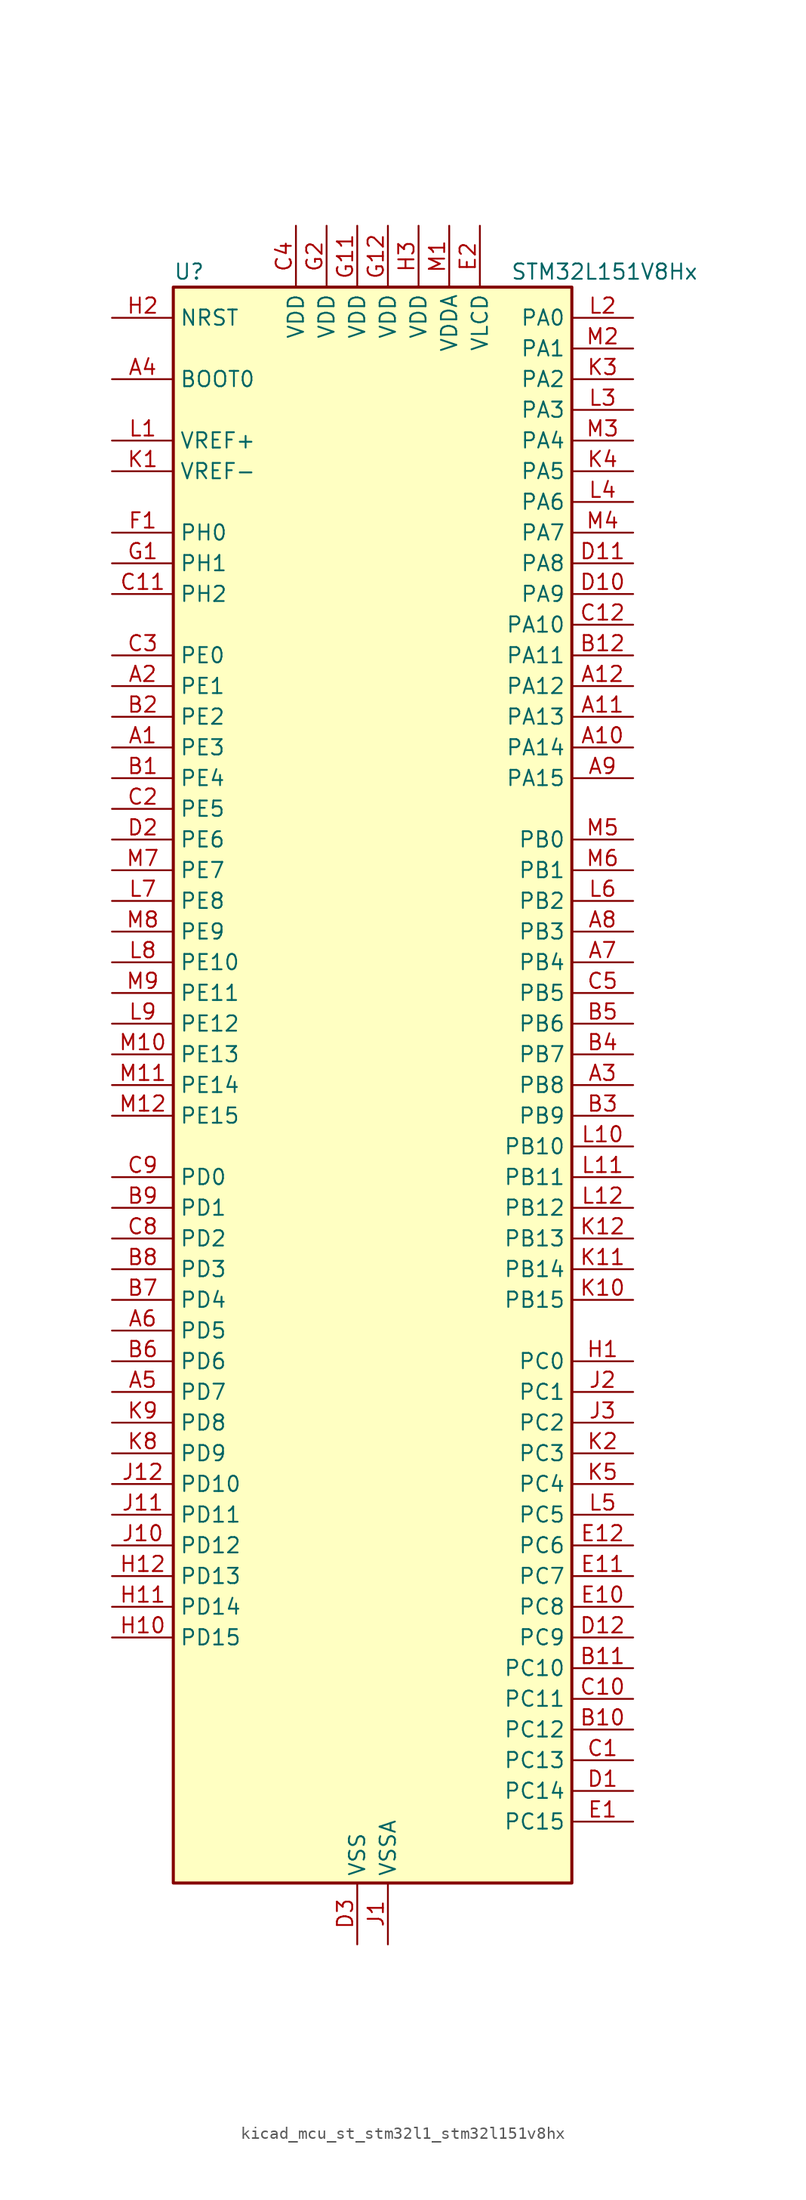
<source format=kicad_sym>
(kicad_symbol_lib
  (version 20220914)
  (generator kicad_symbol_editor)
  (symbol "kicad_mcu_st_stm32l1_stm32l151v8hx"
    (property "Reference" "U"
      (at -15.24 67.31 0)
      (effects (font (size 1.27 1.27)) (justify left)))
    (property "Value" "STM32L151V8Hx"
      (at 12.7 67.31 0)
      (effects (font (size 1.27 1.27)) (justify left)))
    (property "ki_locked" ""
      (at 0 0 0)
      (effects (font (size 1.27 1.27))))
    (symbol "kicad_mcu_st_stm32l1_stm32l151v8hx_0_1"
      (rectangle (start -15.24 -66.04) (end 17.78 66.04) (stroke (width 0.254) (type default)) (fill (type background))))
    (symbol "kicad_mcu_st_stm32l1_stm32l151v8hx_1_1"
      (pin bidirectional line (at -20.32 27.94 0) (length 5.08) (name "PE3" (effects (font (size 1.27 1.27)))) (number "A1" (effects (font (size 1.27 1.27)))) (alternate "SYS_TRACED0" bidirectional line) (alternate "TIM3_CH1" bidirectional line) (alternate "TIMX_IC4" bidirectional line))
      (pin bidirectional line (at 22.86 27.94 180) (length 5.08) (name "PA14" (effects (font (size 1.27 1.27)))) (number "A10" (effects (font (size 1.27 1.27)))) (alternate "SYS_JTCK-SWCLK" bidirectional line) (alternate "TIMX_IC3" bidirectional line) (alternate "TS_G5_IO2" bidirectional line))
      (pin bidirectional line (at 22.86 30.48 180) (length 5.08) (name "PA13" (effects (font (size 1.27 1.27)))) (number "A11" (effects (font (size 1.27 1.27)))) (alternate "SYS_JTMS-SWDIO" bidirectional line) (alternate "TIMX_IC2" bidirectional line) (alternate "TS_G5_IO1" bidirectional line))
      (pin bidirectional line (at 22.86 33.02 180) (length 5.08) (name "PA12" (effects (font (size 1.27 1.27)))) (number "A12" (effects (font (size 1.27 1.27)))) (alternate "SPI1_MOSI" bidirectional line) (alternate "TIMX_IC1" bidirectional line) (alternate "USART1_RTS" bidirectional line) (alternate "USB_DP" bidirectional line))
      (pin bidirectional line (at -20.32 33.02 0) (length 5.08) (name "PE1" (effects (font (size 1.27 1.27)))) (number "A2" (effects (font (size 1.27 1.27)))) (alternate "TIM11_CH1" bidirectional line) (alternate "TIMX_IC2" bidirectional line))
      (pin bidirectional line (at 22.86 0 180) (length 5.08) (name "PB8" (effects (font (size 1.27 1.27)))) (number "A3" (effects (font (size 1.27 1.27)))) (alternate "I2C1_SCL" bidirectional line) (alternate "TIM10_CH1" bidirectional line) (alternate "TIM4_CH3" bidirectional line))
      (pin input line (at -20.32 58.42 0) (length 5.08) (name "BOOT0" (effects (font (size 1.27 1.27)))) (number "A4" (effects (font (size 1.27 1.27)))))
      (pin bidirectional line (at -20.32 -25.4 0) (length 5.08) (name "PD7" (effects (font (size 1.27 1.27)))) (number "A5" (effects (font (size 1.27 1.27)))) (alternate "TIM9_CH2" bidirectional line) (alternate "TIMX_IC4" bidirectional line) (alternate "USART2_CK" bidirectional line))
      (pin bidirectional line (at -20.32 -20.32 0) (length 5.08) (name "PD5" (effects (font (size 1.27 1.27)))) (number "A6" (effects (font (size 1.27 1.27)))) (alternate "TIMX_IC2" bidirectional line) (alternate "USART2_TX" bidirectional line))
      (pin bidirectional line (at 22.86 10.16 180) (length 5.08) (name "PB4" (effects (font (size 1.27 1.27)))) (number "A7" (effects (font (size 1.27 1.27)))) (alternate "COMP2_INP" bidirectional line) (alternate "SPI1_MISO" bidirectional line) (alternate "SYS_JTRST" bidirectional line) (alternate "TIM3_CH1" bidirectional line) (alternate "TS_G6_IO1" bidirectional line))
      (pin bidirectional line (at 22.86 12.7 180) (length 5.08) (name "PB3" (effects (font (size 1.27 1.27)))) (number "A8" (effects (font (size 1.27 1.27)))) (alternate "COMP2_INM" bidirectional line) (alternate "SPI1_SCK" bidirectional line) (alternate "SYS_JTDO-TRACESWO" bidirectional line) (alternate "TIM2_CH2" bidirectional line))
      (pin bidirectional line (at 22.86 25.4 180) (length 5.08) (name "PA15" (effects (font (size 1.27 1.27)))) (number "A9" (effects (font (size 1.27 1.27)))) (alternate "ADC_EXTI15" bidirectional line) (alternate "SPI1_NSS" bidirectional line) (alternate "SYS_JTDI" bidirectional line) (alternate "TIM2_CH1" bidirectional line) (alternate "TIM2_ETR" bidirectional line) (alternate "TIMX_IC4" bidirectional line) (alternate "TS_G5_IO3" bidirectional line))
      (pin bidirectional line (at -20.32 25.4 0) (length 5.08) (name "PE4" (effects (font (size 1.27 1.27)))) (number "B1" (effects (font (size 1.27 1.27)))) (alternate "SYS_TRACED1" bidirectional line) (alternate "TIM3_CH2" bidirectional line) (alternate "TIMX_IC1" bidirectional line))
      (pin bidirectional line (at 22.86 -53.34 180) (length 5.08) (name "PC12" (effects (font (size 1.27 1.27)))) (number "B10" (effects (font (size 1.27 1.27)))) (alternate "TIMX_IC1" bidirectional line) (alternate "USART3_CK" bidirectional line))
      (pin bidirectional line (at 22.86 -48.26 180) (length 5.08) (name "PC10" (effects (font (size 1.27 1.27)))) (number "B11" (effects (font (size 1.27 1.27)))) (alternate "TIMX_IC3" bidirectional line) (alternate "USART3_TX" bidirectional line))
      (pin bidirectional line (at 22.86 35.56 180) (length 5.08) (name "PA11" (effects (font (size 1.27 1.27)))) (number "B12" (effects (font (size 1.27 1.27)))) (alternate "ADC_EXTI11" bidirectional line) (alternate "SPI1_MISO" bidirectional line) (alternate "TIMX_IC4" bidirectional line) (alternate "USART1_CTS" bidirectional line) (alternate "USB_DM" bidirectional line))
      (pin bidirectional line (at -20.32 30.48 0) (length 5.08) (name "PE2" (effects (font (size 1.27 1.27)))) (number "B2" (effects (font (size 1.27 1.27)))) (alternate "SYS_TRACECK" bidirectional line) (alternate "TIM3_ETR" bidirectional line) (alternate "TIMX_IC3" bidirectional line))
      (pin bidirectional line (at 22.86 -2.54 180) (length 5.08) (name "PB9" (effects (font (size 1.27 1.27)))) (number "B3" (effects (font (size 1.27 1.27)))) (alternate "DAC_EXTI9" bidirectional line) (alternate "I2C1_SDA" bidirectional line) (alternate "TIM11_CH1" bidirectional line) (alternate "TIM4_CH4" bidirectional line))
      (pin bidirectional line (at 22.86 2.54 180) (length 5.08) (name "PB7" (effects (font (size 1.27 1.27)))) (number "B4" (effects (font (size 1.27 1.27)))) (alternate "I2C1_SDA" bidirectional line) (alternate "SYS_PVD_IN" bidirectional line) (alternate "TIM4_CH2" bidirectional line) (alternate "USART1_RX" bidirectional line))
      (pin bidirectional line (at 22.86 5.08 180) (length 5.08) (name "PB6" (effects (font (size 1.27 1.27)))) (number "B5" (effects (font (size 1.27 1.27)))) (alternate "I2C1_SCL" bidirectional line) (alternate "TIM4_CH1" bidirectional line) (alternate "USART1_TX" bidirectional line))
      (pin bidirectional line (at -20.32 -22.86 0) (length 5.08) (name "PD6" (effects (font (size 1.27 1.27)))) (number "B6" (effects (font (size 1.27 1.27)))) (alternate "TIMX_IC3" bidirectional line) (alternate "USART2_RX" bidirectional line))
      (pin bidirectional line (at -20.32 -17.78 0) (length 5.08) (name "PD4" (effects (font (size 1.27 1.27)))) (number "B7" (effects (font (size 1.27 1.27)))) (alternate "SPI2_MOSI" bidirectional line) (alternate "TIMX_IC1" bidirectional line) (alternate "USART2_RTS" bidirectional line))
      (pin bidirectional line (at -20.32 -15.24 0) (length 5.08) (name "PD3" (effects (font (size 1.27 1.27)))) (number "B8" (effects (font (size 1.27 1.27)))) (alternate "SPI2_MISO" bidirectional line) (alternate "TIMX_IC4" bidirectional line) (alternate "USART2_CTS" bidirectional line))
      (pin bidirectional line (at -20.32 -10.16 0) (length 5.08) (name "PD1" (effects (font (size 1.27 1.27)))) (number "B9" (effects (font (size 1.27 1.27)))) (alternate "SPI2_SCK" bidirectional line) (alternate "TIMX_IC2" bidirectional line))
      (pin bidirectional line (at 22.86 -55.88 180) (length 5.08) (name "PC13" (effects (font (size 1.27 1.27)))) (number "C1" (effects (font (size 1.27 1.27)))) (alternate "RTC_OUT_ALARM" bidirectional line) (alternate "RTC_OUT_CALIB" bidirectional line) (alternate "RTC_TAMP1" bidirectional line) (alternate "RTC_TS" bidirectional line) (alternate "SYS_WKUP2" bidirectional line) (alternate "TIMX_IC2" bidirectional line))
      (pin bidirectional line (at 22.86 -50.8 180) (length 5.08) (name "PC11" (effects (font (size 1.27 1.27)))) (number "C10" (effects (font (size 1.27 1.27)))) (alternate "ADC_EXTI11" bidirectional line) (alternate "TIMX_IC4" bidirectional line) (alternate "USART3_RX" bidirectional line))
      (pin bidirectional line (at -20.32 40.64 0) (length 5.08) (name "PH2" (effects (font (size 1.27 1.27)))) (number "C11" (effects (font (size 1.27 1.27)))))
      (pin bidirectional line (at 22.86 38.1 180) (length 5.08) (name "PA10" (effects (font (size 1.27 1.27)))) (number "C12" (effects (font (size 1.27 1.27)))) (alternate "TIMX_IC3" bidirectional line) (alternate "TS_G4_IO3" bidirectional line) (alternate "USART1_RX" bidirectional line))
      (pin bidirectional line (at -20.32 22.86 0) (length 5.08) (name "PE5" (effects (font (size 1.27 1.27)))) (number "C2" (effects (font (size 1.27 1.27)))) (alternate "SYS_TRACED2" bidirectional line) (alternate "TIM9_CH1" bidirectional line) (alternate "TIMX_IC2" bidirectional line))
      (pin bidirectional line (at -20.32 35.56 0) (length 5.08) (name "PE0" (effects (font (size 1.27 1.27)))) (number "C3" (effects (font (size 1.27 1.27)))) (alternate "TIM10_CH1" bidirectional line) (alternate "TIM4_ETR" bidirectional line) (alternate "TIMX_IC1" bidirectional line))
      (pin power_in line (at -5.08 71.12 270) (length 5.08) (name "VDD" (effects (font (size 1.27 1.27)))) (number "C4" (effects (font (size 1.27 1.27)))))
      (pin bidirectional line (at 22.86 7.62 180) (length 5.08) (name "PB5" (effects (font (size 1.27 1.27)))) (number "C5" (effects (font (size 1.27 1.27)))) (alternate "COMP2_INP" bidirectional line) (alternate "I2C1_SMBA" bidirectional line) (alternate "SPI1_MOSI" bidirectional line) (alternate "TIM3_CH2" bidirectional line) (alternate "TS_G6_IO2" bidirectional line))
      (pin bidirectional line (at -20.32 -12.7 0) (length 5.08) (name "PD2" (effects (font (size 1.27 1.27)))) (number "C8" (effects (font (size 1.27 1.27)))) (alternate "TIM3_ETR" bidirectional line) (alternate "TIMX_IC3" bidirectional line))
      (pin bidirectional line (at -20.32 -7.62 0) (length 5.08) (name "PD0" (effects (font (size 1.27 1.27)))) (number "C9" (effects (font (size 1.27 1.27)))) (alternate "SPI2_NSS" bidirectional line) (alternate "TIM9_CH1" bidirectional line) (alternate "TIMX_IC1" bidirectional line))
      (pin bidirectional line (at 22.86 -58.42 180) (length 5.08) (name "PC14" (effects (font (size 1.27 1.27)))) (number "D1" (effects (font (size 1.27 1.27)))) (alternate "RCC_OSC32_IN" bidirectional line) (alternate "TIMX_IC3" bidirectional line))
      (pin bidirectional line (at 22.86 40.64 180) (length 5.08) (name "PA9" (effects (font (size 1.27 1.27)))) (number "D10" (effects (font (size 1.27 1.27)))) (alternate "DAC_EXTI9" bidirectional line) (alternate "TIMX_IC2" bidirectional line) (alternate "TS_G4_IO2" bidirectional line) (alternate "USART1_TX" bidirectional line))
      (pin bidirectional line (at 22.86 43.18 180) (length 5.08) (name "PA8" (effects (font (size 1.27 1.27)))) (number "D11" (effects (font (size 1.27 1.27)))) (alternate "RCC_MCO" bidirectional line) (alternate "TIMX_IC1" bidirectional line) (alternate "TS_G4_IO1" bidirectional line) (alternate "USART1_CK" bidirectional line))
      (pin bidirectional line (at 22.86 -45.72 180) (length 5.08) (name "PC9" (effects (font (size 1.27 1.27)))) (number "D12" (effects (font (size 1.27 1.27)))) (alternate "DAC_EXTI9" bidirectional line) (alternate "TIM3_CH4" bidirectional line) (alternate "TIMX_IC2" bidirectional line) (alternate "TS_G10_IO4" bidirectional line))
      (pin bidirectional line (at -20.32 20.32 0) (length 5.08) (name "PE6" (effects (font (size 1.27 1.27)))) (number "D2" (effects (font (size 1.27 1.27)))) (alternate "SYS_TRACED3" bidirectional line) (alternate "SYS_WKUP3" bidirectional line) (alternate "TIM9_CH2" bidirectional line) (alternate "TIMX_IC3" bidirectional line))
      (pin power_in line (at 0 -71.12 90) (length 5.08) (name "VSS" (effects (font (size 1.27 1.27)))) (number "D3" (effects (font (size 1.27 1.27)))))
      (pin bidirectional line (at 22.86 -60.96 180) (length 5.08) (name "PC15" (effects (font (size 1.27 1.27)))) (number "E1" (effects (font (size 1.27 1.27)))) (alternate "ADC_EXTI15" bidirectional line) (alternate "RCC_OSC32_OUT" bidirectional line) (alternate "TIMX_IC4" bidirectional line))
      (pin bidirectional line (at 22.86 -43.18 180) (length 5.08) (name "PC8" (effects (font (size 1.27 1.27)))) (number "E10" (effects (font (size 1.27 1.27)))) (alternate "TIM3_CH3" bidirectional line) (alternate "TIMX_IC1" bidirectional line) (alternate "TS_G10_IO3" bidirectional line))
      (pin bidirectional line (at 22.86 -40.64 180) (length 5.08) (name "PC7" (effects (font (size 1.27 1.27)))) (number "E11" (effects (font (size 1.27 1.27)))) (alternate "TIM3_CH2" bidirectional line) (alternate "TIMX_IC4" bidirectional line) (alternate "TS_G10_IO2" bidirectional line))
      (pin bidirectional line (at 22.86 -38.1 180) (length 5.08) (name "PC6" (effects (font (size 1.27 1.27)))) (number "E12" (effects (font (size 1.27 1.27)))) (alternate "TIM3_CH1" bidirectional line) (alternate "TIMX_IC3" bidirectional line) (alternate "TS_G10_IO1" bidirectional line))
      (pin power_in line (at 10.16 71.12 270) (length 5.08) (name "VLCD" (effects (font (size 1.27 1.27)))) (number "E2" (effects (font (size 1.27 1.27)))))
      (pin passive line (at 0 -71.12 90) (length 5.08) hide (name "VSS" (effects (font (size 1.27 1.27)))) (number "E3" (effects (font (size 1.27 1.27)))))
      (pin bidirectional line (at -20.32 45.72 0) (length 5.08) (name "PH0" (effects (font (size 1.27 1.27)))) (number "F1" (effects (font (size 1.27 1.27)))) (alternate "RCC_OSC_IN" bidirectional line))
      (pin passive line (at 0 -71.12 90) (length 5.08) hide (name "VSS" (effects (font (size 1.27 1.27)))) (number "F11" (effects (font (size 1.27 1.27)))))
      (pin passive line (at 0 -71.12 90) (length 5.08) hide (name "VSS" (effects (font (size 1.27 1.27)))) (number "F12" (effects (font (size 1.27 1.27)))))
      (pin passive line (at 0 -71.12 90) (length 5.08) hide (name "VSS" (effects (font (size 1.27 1.27)))) (number "F2" (effects (font (size 1.27 1.27)))))
      (pin bidirectional line (at -20.32 43.18 0) (length 5.08) (name "PH1" (effects (font (size 1.27 1.27)))) (number "G1" (effects (font (size 1.27 1.27)))) (alternate "RCC_OSC_OUT" bidirectional line))
      (pin power_in line (at 0 71.12 270) (length 5.08) (name "VDD" (effects (font (size 1.27 1.27)))) (number "G11" (effects (font (size 1.27 1.27)))))
      (pin power_in line (at 2.54 71.12 270) (length 5.08) (name "VDD" (effects (font (size 1.27 1.27)))) (number "G12" (effects (font (size 1.27 1.27)))))
      (pin power_in line (at -2.54 71.12 270) (length 5.08) (name "VDD" (effects (font (size 1.27 1.27)))) (number "G2" (effects (font (size 1.27 1.27)))))
      (pin bidirectional line (at 22.86 -22.86 180) (length 5.08) (name "PC0" (effects (font (size 1.27 1.27)))) (number "H1" (effects (font (size 1.27 1.27)))) (alternate "ADC_IN10" bidirectional line) (alternate "COMP1_INP" bidirectional line) (alternate "TIMX_IC1" bidirectional line) (alternate "TS_G8_IO1" bidirectional line))
      (pin bidirectional line (at -20.32 -45.72 0) (length 5.08) (name "PD15" (effects (font (size 1.27 1.27)))) (number "H10" (effects (font (size 1.27 1.27)))) (alternate "ADC_EXTI15" bidirectional line) (alternate "TIM4_CH4" bidirectional line) (alternate "TIMX_IC4" bidirectional line))
      (pin bidirectional line (at -20.32 -43.18 0) (length 5.08) (name "PD14" (effects (font (size 1.27 1.27)))) (number "H11" (effects (font (size 1.27 1.27)))) (alternate "TIM4_CH3" bidirectional line) (alternate "TIMX_IC3" bidirectional line))
      (pin bidirectional line (at -20.32 -40.64 0) (length 5.08) (name "PD13" (effects (font (size 1.27 1.27)))) (number "H12" (effects (font (size 1.27 1.27)))) (alternate "TIM4_CH2" bidirectional line) (alternate "TIMX_IC2" bidirectional line))
      (pin input line (at -20.32 63.5 0) (length 5.08) (name "NRST" (effects (font (size 1.27 1.27)))) (number "H2" (effects (font (size 1.27 1.27)))))
      (pin power_in line (at 5.08 71.12 270) (length 5.08) (name "VDD" (effects (font (size 1.27 1.27)))) (number "H3" (effects (font (size 1.27 1.27)))))
      (pin power_in line (at 2.54 -71.12 90) (length 5.08) (name "VSSA" (effects (font (size 1.27 1.27)))) (number "J1" (effects (font (size 1.27 1.27)))))
      (pin bidirectional line (at -20.32 -38.1 0) (length 5.08) (name "PD12" (effects (font (size 1.27 1.27)))) (number "J10" (effects (font (size 1.27 1.27)))) (alternate "TIM4_CH1" bidirectional line) (alternate "TIMX_IC1" bidirectional line) (alternate "USART3_RTS" bidirectional line))
      (pin bidirectional line (at -20.32 -35.56 0) (length 5.08) (name "PD11" (effects (font (size 1.27 1.27)))) (number "J11" (effects (font (size 1.27 1.27)))) (alternate "ADC_EXTI11" bidirectional line) (alternate "TIMX_IC4" bidirectional line) (alternate "USART3_CTS" bidirectional line))
      (pin bidirectional line (at -20.32 -33.02 0) (length 5.08) (name "PD10" (effects (font (size 1.27 1.27)))) (number "J12" (effects (font (size 1.27 1.27)))) (alternate "TIMX_IC3" bidirectional line) (alternate "USART3_CK" bidirectional line))
      (pin bidirectional line (at 22.86 -25.4 180) (length 5.08) (name "PC1" (effects (font (size 1.27 1.27)))) (number "J2" (effects (font (size 1.27 1.27)))) (alternate "ADC_IN11" bidirectional line) (alternate "COMP1_INP" bidirectional line) (alternate "TIMX_IC2" bidirectional line) (alternate "TS_G8_IO2" bidirectional line))
      (pin bidirectional line (at 22.86 -27.94 180) (length 5.08) (name "PC2" (effects (font (size 1.27 1.27)))) (number "J3" (effects (font (size 1.27 1.27)))) (alternate "ADC_IN12" bidirectional line) (alternate "COMP1_INP" bidirectional line) (alternate "TIMX_IC3" bidirectional line) (alternate "TS_G8_IO3" bidirectional line))
      (pin input line (at -20.32 50.8 0) (length 5.08) (name "VREF-" (effects (font (size 1.27 1.27)))) (number "K1" (effects (font (size 1.27 1.27)))))
      (pin bidirectional line (at 22.86 -17.78 180) (length 5.08) (name "PB15" (effects (font (size 1.27 1.27)))) (number "K10" (effects (font (size 1.27 1.27)))) (alternate "ADC_EXTI15" bidirectional line) (alternate "ADC_IN21" bidirectional line) (alternate "COMP1_INP" bidirectional line) (alternate "RTC_REFIN" bidirectional line) (alternate "SPI2_MOSI" bidirectional line) (alternate "TIM11_CH1" bidirectional line) (alternate "TS_G7_IO4" bidirectional line))
      (pin bidirectional line (at 22.86 -15.24 180) (length 5.08) (name "PB14" (effects (font (size 1.27 1.27)))) (number "K11" (effects (font (size 1.27 1.27)))) (alternate "ADC_IN20" bidirectional line) (alternate "COMP1_INP" bidirectional line) (alternate "SPI2_MISO" bidirectional line) (alternate "TIM9_CH2" bidirectional line) (alternate "TS_G7_IO3" bidirectional line) (alternate "USART3_RTS" bidirectional line))
      (pin bidirectional line (at 22.86 -12.7 180) (length 5.08) (name "PB13" (effects (font (size 1.27 1.27)))) (number "K12" (effects (font (size 1.27 1.27)))) (alternate "ADC_IN19" bidirectional line) (alternate "COMP1_INP" bidirectional line) (alternate "SPI2_SCK" bidirectional line) (alternate "TIM9_CH1" bidirectional line) (alternate "TS_G7_IO2" bidirectional line) (alternate "USART3_CTS" bidirectional line))
      (pin bidirectional line (at 22.86 -30.48 180) (length 5.08) (name "PC3" (effects (font (size 1.27 1.27)))) (number "K2" (effects (font (size 1.27 1.27)))) (alternate "ADC_IN13" bidirectional line) (alternate "COMP1_INP" bidirectional line) (alternate "TIMX_IC4" bidirectional line) (alternate "TS_G8_IO4" bidirectional line))
      (pin bidirectional line (at 22.86 58.42 180) (length 5.08) (name "PA2" (effects (font (size 1.27 1.27)))) (number "K3" (effects (font (size 1.27 1.27)))) (alternate "ADC_IN2" bidirectional line) (alternate "COMP1_INP" bidirectional line) (alternate "TIM2_CH3" bidirectional line) (alternate "TIM9_CH1" bidirectional line) (alternate "TIMX_IC3" bidirectional line) (alternate "TS_G1_IO3" bidirectional line) (alternate "USART2_TX" bidirectional line))
      (pin bidirectional line (at 22.86 50.8 180) (length 5.08) (name "PA5" (effects (font (size 1.27 1.27)))) (number "K4" (effects (font (size 1.27 1.27)))) (alternate "ADC_IN5" bidirectional line) (alternate "COMP1_INP" bidirectional line) (alternate "DAC_OUT2" bidirectional line) (alternate "SPI1_SCK" bidirectional line) (alternate "TIM2_CH1" bidirectional line) (alternate "TIM2_ETR" bidirectional line) (alternate "TIMX_IC2" bidirectional line))
      (pin bidirectional line (at 22.86 -33.02 180) (length 5.08) (name "PC4" (effects (font (size 1.27 1.27)))) (number "K5" (effects (font (size 1.27 1.27)))) (alternate "ADC_IN14" bidirectional line) (alternate "COMP1_INP" bidirectional line) (alternate "TIMX_IC1" bidirectional line) (alternate "TS_G9_IO1" bidirectional line))
      (pin bidirectional line (at -20.32 -30.48 0) (length 5.08) (name "PD9" (effects (font (size 1.27 1.27)))) (number "K8" (effects (font (size 1.27 1.27)))) (alternate "DAC_EXTI9" bidirectional line) (alternate "TIMX_IC2" bidirectional line) (alternate "USART3_RX" bidirectional line))
      (pin bidirectional line (at -20.32 -27.94 0) (length 5.08) (name "PD8" (effects (font (size 1.27 1.27)))) (number "K9" (effects (font (size 1.27 1.27)))) (alternate "TIMX_IC1" bidirectional line) (alternate "USART3_TX" bidirectional line))
      (pin input line (at -20.32 53.34 0) (length 5.08) (name "VREF+" (effects (font (size 1.27 1.27)))) (number "L1" (effects (font (size 1.27 1.27)))))
      (pin bidirectional line (at 22.86 -5.08 180) (length 5.08) (name "PB10" (effects (font (size 1.27 1.27)))) (number "L10" (effects (font (size 1.27 1.27)))) (alternate "I2C2_SCL" bidirectional line) (alternate "TIM2_CH3" bidirectional line) (alternate "USART3_TX" bidirectional line))
      (pin bidirectional line (at 22.86 -7.62 180) (length 5.08) (name "PB11" (effects (font (size 1.27 1.27)))) (number "L11" (effects (font (size 1.27 1.27)))) (alternate "ADC_EXTI11" bidirectional line) (alternate "I2C2_SDA" bidirectional line) (alternate "TIM2_CH4" bidirectional line) (alternate "USART3_RX" bidirectional line))
      (pin bidirectional line (at 22.86 -10.16 180) (length 5.08) (name "PB12" (effects (font (size 1.27 1.27)))) (number "L12" (effects (font (size 1.27 1.27)))) (alternate "ADC_IN18" bidirectional line) (alternate "COMP1_INP" bidirectional line) (alternate "I2C2_SMBA" bidirectional line) (alternate "SPI2_NSS" bidirectional line) (alternate "TIM10_CH1" bidirectional line) (alternate "TS_G7_IO1" bidirectional line) (alternate "USART3_CK" bidirectional line))
      (pin bidirectional line (at 22.86 63.5 180) (length 5.08) (name "PA0" (effects (font (size 1.27 1.27)))) (number "L2" (effects (font (size 1.27 1.27)))) (alternate "ADC_IN0" bidirectional line) (alternate "COMP1_INP" bidirectional line) (alternate "SYS_WKUP1" bidirectional line) (alternate "TIM2_CH1" bidirectional line) (alternate "TIM2_ETR" bidirectional line) (alternate "TIMX_IC1" bidirectional line) (alternate "TS_G1_IO1" bidirectional line) (alternate "USART2_CTS" bidirectional line))
      (pin bidirectional line (at 22.86 55.88 180) (length 5.08) (name "PA3" (effects (font (size 1.27 1.27)))) (number "L3" (effects (font (size 1.27 1.27)))) (alternate "ADC_IN3" bidirectional line) (alternate "COMP1_INP" bidirectional line) (alternate "TIM2_CH4" bidirectional line) (alternate "TIM9_CH2" bidirectional line) (alternate "TIMX_IC4" bidirectional line) (alternate "TS_G1_IO4" bidirectional line) (alternate "USART2_RX" bidirectional line))
      (pin bidirectional line (at 22.86 48.26 180) (length 5.08) (name "PA6" (effects (font (size 1.27 1.27)))) (number "L4" (effects (font (size 1.27 1.27)))) (alternate "ADC_IN6" bidirectional line) (alternate "COMP1_INP" bidirectional line) (alternate "SPI1_MISO" bidirectional line) (alternate "TIM10_CH1" bidirectional line) (alternate "TIM3_CH1" bidirectional line) (alternate "TIMX_IC3" bidirectional line) (alternate "TS_G2_IO1" bidirectional line))
      (pin bidirectional line (at 22.86 -35.56 180) (length 5.08) (name "PC5" (effects (font (size 1.27 1.27)))) (number "L5" (effects (font (size 1.27 1.27)))) (alternate "ADC_IN15" bidirectional line) (alternate "COMP1_INP" bidirectional line) (alternate "TIMX_IC2" bidirectional line) (alternate "TS_G9_IO2" bidirectional line))
      (pin bidirectional line (at 22.86 15.24 180) (length 5.08) (name "PB2" (effects (font (size 1.27 1.27)))) (number "L6" (effects (font (size 1.27 1.27)))))
      (pin bidirectional line (at -20.32 15.24 0) (length 5.08) (name "PE8" (effects (font (size 1.27 1.27)))) (number "L7" (effects (font (size 1.27 1.27)))) (alternate "ADC_IN23" bidirectional line) (alternate "COMP1_INP" bidirectional line) (alternate "TIMX_IC1" bidirectional line))
      (pin bidirectional line (at -20.32 10.16 0) (length 5.08) (name "PE10" (effects (font (size 1.27 1.27)))) (number "L8" (effects (font (size 1.27 1.27)))) (alternate "ADC_IN25" bidirectional line) (alternate "COMP1_INP" bidirectional line) (alternate "TIM2_CH2" bidirectional line) (alternate "TIMX_IC3" bidirectional line))
      (pin bidirectional line (at -20.32 5.08 0) (length 5.08) (name "PE12" (effects (font (size 1.27 1.27)))) (number "L9" (effects (font (size 1.27 1.27)))) (alternate "SPI1_NSS" bidirectional line) (alternate "TIM2_CH4" bidirectional line) (alternate "TIMX_IC1" bidirectional line))
      (pin power_in line (at 7.62 71.12 270) (length 5.08) (name "VDDA" (effects (font (size 1.27 1.27)))) (number "M1" (effects (font (size 1.27 1.27)))))
      (pin bidirectional line (at -20.32 2.54 0) (length 5.08) (name "PE13" (effects (font (size 1.27 1.27)))) (number "M10" (effects (font (size 1.27 1.27)))) (alternate "SPI1_SCK" bidirectional line) (alternate "TIMX_IC2" bidirectional line))
      (pin bidirectional line (at -20.32 0 0) (length 5.08) (name "PE14" (effects (font (size 1.27 1.27)))) (number "M11" (effects (font (size 1.27 1.27)))) (alternate "SPI1_MISO" bidirectional line) (alternate "TIMX_IC3" bidirectional line))
      (pin bidirectional line (at -20.32 -2.54 0) (length 5.08) (name "PE15" (effects (font (size 1.27 1.27)))) (number "M12" (effects (font (size 1.27 1.27)))) (alternate "ADC_EXTI15" bidirectional line) (alternate "SPI1_MOSI" bidirectional line) (alternate "TIMX_IC4" bidirectional line))
      (pin bidirectional line (at 22.86 60.96 180) (length 5.08) (name "PA1" (effects (font (size 1.27 1.27)))) (number "M2" (effects (font (size 1.27 1.27)))) (alternate "ADC_IN1" bidirectional line) (alternate "COMP1_INP" bidirectional line) (alternate "TIM2_CH2" bidirectional line) (alternate "TIMX_IC2" bidirectional line) (alternate "TS_G1_IO2" bidirectional line) (alternate "USART2_RTS" bidirectional line))
      (pin bidirectional line (at 22.86 53.34 180) (length 5.08) (name "PA4" (effects (font (size 1.27 1.27)))) (number "M3" (effects (font (size 1.27 1.27)))) (alternate "ADC_IN4" bidirectional line) (alternate "COMP1_INP" bidirectional line) (alternate "DAC_OUT1" bidirectional line) (alternate "SPI1_NSS" bidirectional line) (alternate "TIMX_IC1" bidirectional line) (alternate "USART2_CK" bidirectional line))
      (pin bidirectional line (at 22.86 45.72 180) (length 5.08) (name "PA7" (effects (font (size 1.27 1.27)))) (number "M4" (effects (font (size 1.27 1.27)))) (alternate "ADC_IN7" bidirectional line) (alternate "COMP1_INP" bidirectional line) (alternate "SPI1_MOSI" bidirectional line) (alternate "TIM11_CH1" bidirectional line) (alternate "TIM3_CH2" bidirectional line) (alternate "TIMX_IC4" bidirectional line) (alternate "TS_G2_IO2" bidirectional line))
      (pin bidirectional line (at 22.86 20.32 180) (length 5.08) (name "PB0" (effects (font (size 1.27 1.27)))) (number "M5" (effects (font (size 1.27 1.27)))) (alternate "ADC_IN8" bidirectional line) (alternate "COMP1_INP" bidirectional line) (alternate "SYS_V_REF_OUT" bidirectional line) (alternate "TIM3_CH3" bidirectional line) (alternate "TS_G3_IO1" bidirectional line))
      (pin bidirectional line (at 22.86 17.78 180) (length 5.08) (name "PB1" (effects (font (size 1.27 1.27)))) (number "M6" (effects (font (size 1.27 1.27)))) (alternate "ADC_IN9" bidirectional line) (alternate "COMP1_INP" bidirectional line) (alternate "SYS_V_REF_OUT" bidirectional line) (alternate "TIM3_CH4" bidirectional line) (alternate "TS_G3_IO2" bidirectional line))
      (pin bidirectional line (at -20.32 17.78 0) (length 5.08) (name "PE7" (effects (font (size 1.27 1.27)))) (number "M7" (effects (font (size 1.27 1.27)))) (alternate "ADC_IN22" bidirectional line) (alternate "COMP1_INP" bidirectional line) (alternate "TIMX_IC4" bidirectional line))
      (pin bidirectional line (at -20.32 12.7 0) (length 5.08) (name "PE9" (effects (font (size 1.27 1.27)))) (number "M8" (effects (font (size 1.27 1.27)))) (alternate "ADC_IN24" bidirectional line) (alternate "COMP1_INP" bidirectional line) (alternate "DAC_EXTI9" bidirectional line) (alternate "TIM2_CH1" bidirectional line) (alternate "TIM2_ETR" bidirectional line) (alternate "TIMX_IC2" bidirectional line))
      (pin bidirectional line (at -20.32 7.62 0) (length 5.08) (name "PE11" (effects (font (size 1.27 1.27)))) (number "M9" (effects (font (size 1.27 1.27)))) (alternate "ADC_EXTI11" bidirectional line) (alternate "TIM2_CH3" bidirectional line) (alternate "TIMX_IC4" bidirectional line)))))
</source>
